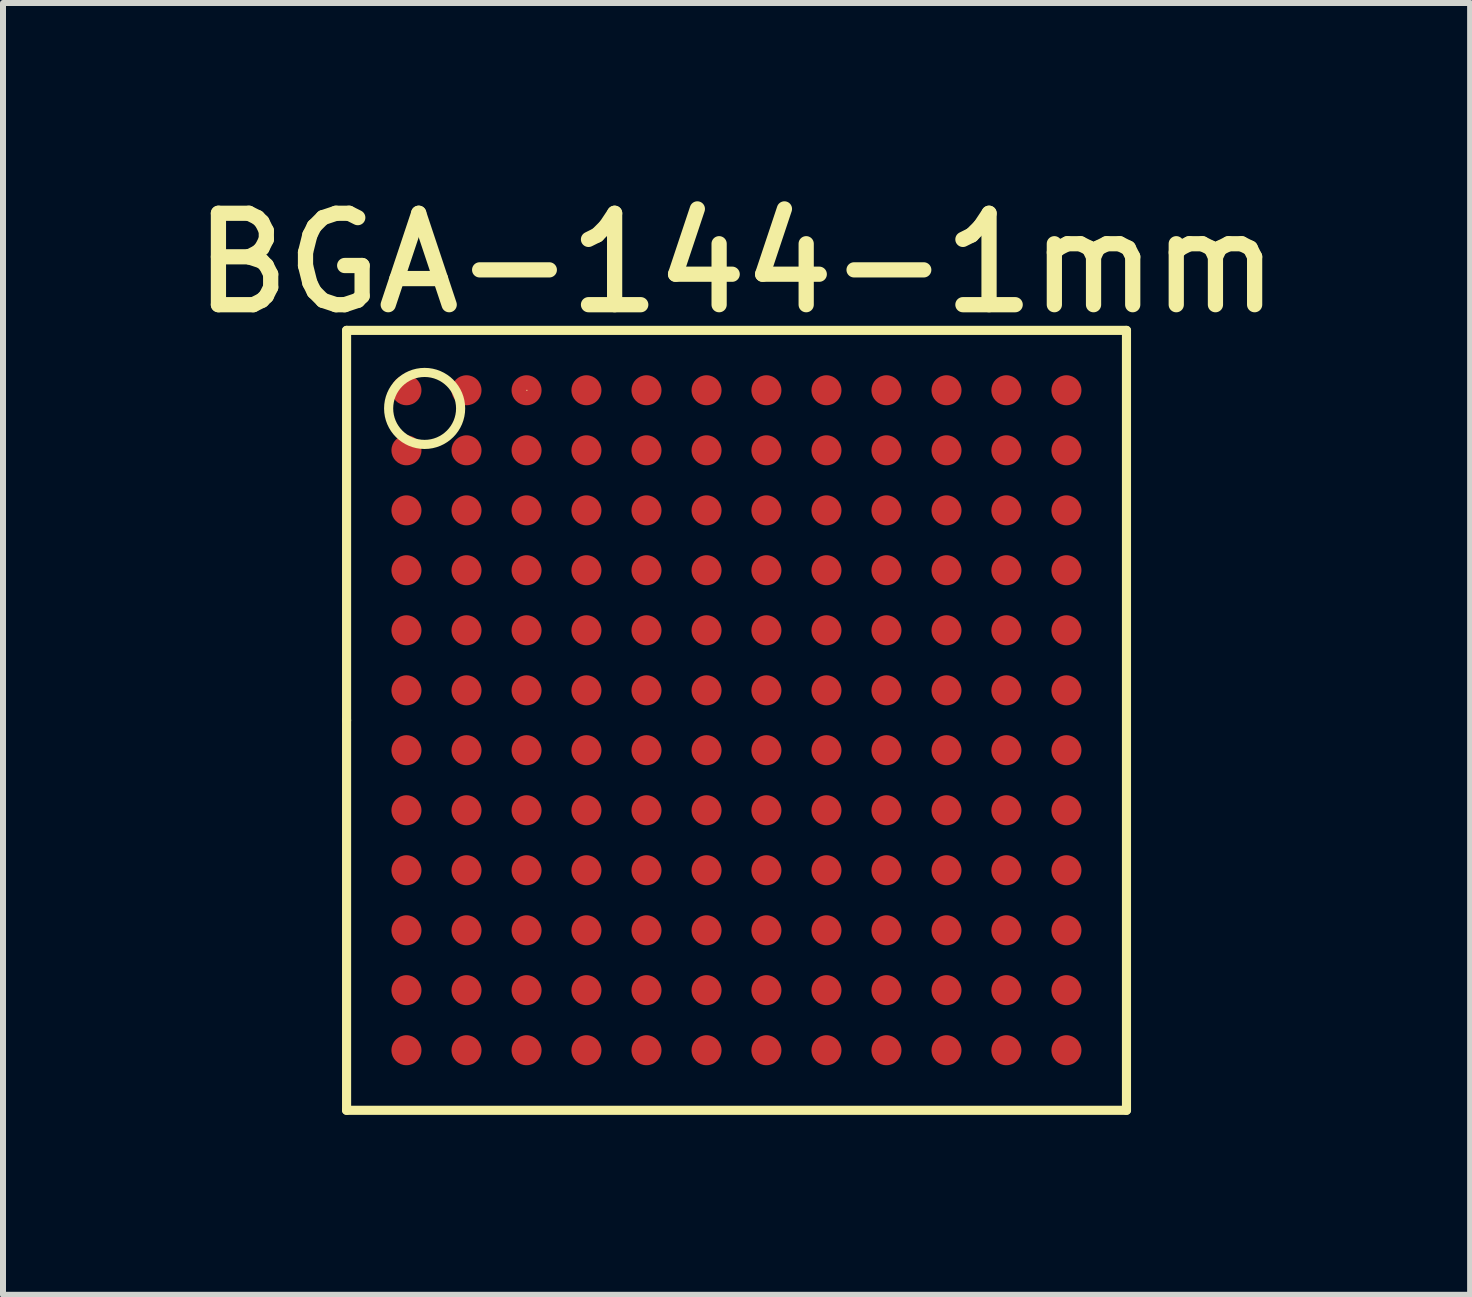
<source format=kicad_pcb>
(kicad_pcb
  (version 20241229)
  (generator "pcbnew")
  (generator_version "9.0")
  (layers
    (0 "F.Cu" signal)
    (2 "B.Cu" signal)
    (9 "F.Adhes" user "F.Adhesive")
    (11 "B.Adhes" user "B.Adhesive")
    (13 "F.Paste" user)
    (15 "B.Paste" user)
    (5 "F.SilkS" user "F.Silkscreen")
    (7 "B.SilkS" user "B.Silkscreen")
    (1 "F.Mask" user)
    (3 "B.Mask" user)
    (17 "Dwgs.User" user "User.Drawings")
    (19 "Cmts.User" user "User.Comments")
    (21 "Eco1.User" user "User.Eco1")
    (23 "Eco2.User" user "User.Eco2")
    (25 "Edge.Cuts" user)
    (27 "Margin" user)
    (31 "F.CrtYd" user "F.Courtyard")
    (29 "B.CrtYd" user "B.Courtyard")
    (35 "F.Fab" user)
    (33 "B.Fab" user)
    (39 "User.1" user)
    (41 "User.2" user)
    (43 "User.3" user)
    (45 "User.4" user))
  (footprint "BGA-144-1mm"
    (layer "F.Cu")
    (at 9.227 8.957)
    (property "Reference" "BGA-144-1mm" (at 0 -7.62 0) (layer "F.SilkS") (effects (font (size 1.524 1.524) (thickness 0.254))))
    (attr smd)
    (fp_line (start -6.5 -6.5) (end 6.5 -6.5) (stroke (width 0.152) (type solid)) (layer "F.SilkS"))
    (fp_line (start -6.5 0) (end -6.5 -6.5) (stroke (width 0.152) (type solid)) (layer "F.SilkS"))
    (fp_line (start -6.5 6.5) (end -6.5 0) (stroke (width 0.152) (type solid)) (layer "F.SilkS"))
    (fp_line (start -3.5 -5.502) (end -3.49 -5.502) (stroke (width 0.013) (type solid)) (layer "F.SilkS"))
    (fp_line (start 6.5 -6.5) (end 6.5 6.5) (stroke (width 0.152) (type solid)) (layer "F.SilkS"))
    (fp_line (start 6.5 6.5) (end -6.5 6.5) (stroke (width 0.152) (type solid)) (layer "F.SilkS"))
    (fp_circle (center -5.199 -5.199) (end -5.199 -5.799) (stroke (width 0.152) (type solid)) (fill no) (layer "F.SilkS"))
    (pad "A1" smd circle (at -5.502 -5.502) (size 0.5 0.5) (layers "F.Cu" "F.Mask" "F.Paste"))
    (pad "A2" smd circle (at -4.501 -5.502) (size 0.5 0.5) (layers "F.Cu" "F.Mask" "F.Paste"))
    (pad "A3" smd circle (at -3.5 -5.502) (size 0.5 0.5) (layers "F.Cu" "F.Mask" "F.Paste"))
    (pad "A4" smd circle (at -2.502 -5.502) (size 0.5 0.5) (layers "F.Cu" "F.Mask" "F.Paste"))
    (pad "A5" smd circle (at -1.501 -5.502) (size 0.5 0.5) (layers "F.Cu" "F.Mask" "F.Paste"))
    (pad "A6" smd circle (at -0.5 -5.502) (size 0.5 0.5) (layers "F.Cu" "F.Mask" "F.Paste"))
    (pad "A7" smd circle (at 0.498 -5.502) (size 0.5 0.5) (layers "F.Cu" "F.Mask" "F.Paste"))
    (pad "A8" smd circle (at 1.499 -5.502) (size 0.5 0.5) (layers "F.Cu" "F.Mask" "F.Paste"))
    (pad "A9" smd circle (at 2.499 -5.502) (size 0.5 0.5) (layers "F.Cu" "F.Mask" "F.Paste"))
    (pad "A10" smd circle (at 3.5 -5.502) (size 0.5 0.5) (layers "F.Cu" "F.Mask" "F.Paste"))
    (pad "A11" smd circle (at 4.498 -5.502) (size 0.5 0.5) (layers "F.Cu" "F.Mask" "F.Paste"))
    (pad "A12" smd circle (at 5.499 -5.502) (size 0.5 0.5) (layers "F.Cu" "F.Mask" "F.Paste"))
    (pad "B1" smd circle (at -5.502 -4.501) (size 0.5 0.5) (layers "F.Cu" "F.Mask" "F.Paste"))
    (pad "B2" smd circle (at -4.501 -4.501) (size 0.5 0.5) (layers "F.Cu" "F.Mask" "F.Paste"))
    (pad "B3" smd circle (at -3.5 -4.501) (size 0.5 0.5) (layers "F.Cu" "F.Mask" "F.Paste"))
    (pad "B4" smd circle (at -2.502 -4.501) (size 0.5 0.5) (layers "F.Cu" "F.Mask" "F.Paste"))
    (pad "B5" smd circle (at -1.501 -4.501) (size 0.5 0.5) (layers "F.Cu" "F.Mask" "F.Paste"))
    (pad "B6" smd circle (at -0.5 -4.501) (size 0.5 0.5) (layers "F.Cu" "F.Mask" "F.Paste"))
    (pad "B7" smd circle (at 0.498 -4.501) (size 0.5 0.5) (layers "F.Cu" "F.Mask" "F.Paste"))
    (pad "B8" smd circle (at 1.499 -4.501) (size 0.5 0.5) (layers "F.Cu" "F.Mask" "F.Paste"))
    (pad "B9" smd circle (at 2.499 -4.501) (size 0.5 0.5) (layers "F.Cu" "F.Mask" "F.Paste"))
    (pad "B10" smd circle (at 3.5 -4.501) (size 0.5 0.5) (layers "F.Cu" "F.Mask" "F.Paste"))
    (pad "B11" smd circle (at 4.498 -4.501) (size 0.5 0.5) (layers "F.Cu" "F.Mask" "F.Paste"))
    (pad "B12" smd circle (at 5.499 -4.501) (size 0.5 0.5) (layers "F.Cu" "F.Mask" "F.Paste"))
    (pad "C1" smd circle (at -5.502 -3.5) (size 0.5 0.5) (layers "F.Cu" "F.Mask" "F.Paste"))
    (pad "C2" smd circle (at -4.501 -3.5) (size 0.5 0.5) (layers "F.Cu" "F.Mask" "F.Paste"))
    (pad "C3" smd circle (at -3.5 -3.5) (size 0.5 0.5) (layers "F.Cu" "F.Mask" "F.Paste"))
    (pad "C4" smd circle (at -2.502 -3.5) (size 0.5 0.5) (layers "F.Cu" "F.Mask" "F.Paste"))
    (pad "C5" smd circle (at -1.501 -3.5) (size 0.5 0.5) (layers "F.Cu" "F.Mask" "F.Paste"))
    (pad "C6" smd circle (at -0.5 -3.5) (size 0.5 0.5) (layers "F.Cu" "F.Mask" "F.Paste"))
    (pad "C7" smd circle (at 0.498 -3.5) (size 0.5 0.5) (layers "F.Cu" "F.Mask" "F.Paste"))
    (pad "C8" smd circle (at 1.499 -3.5) (size 0.5 0.5) (layers "F.Cu" "F.Mask" "F.Paste"))
    (pad "C9" smd circle (at 2.499 -3.5) (size 0.5 0.5) (layers "F.Cu" "F.Mask" "F.Paste"))
    (pad "C10" smd circle (at 3.5 -3.5) (size 0.5 0.5) (layers "F.Cu" "F.Mask" "F.Paste"))
    (pad "C11" smd circle (at 4.498 -3.5) (size 0.5 0.5) (layers "F.Cu" "F.Mask" "F.Paste"))
    (pad "C12" smd circle (at 5.499 -3.5) (size 0.5 0.5) (layers "F.Cu" "F.Mask" "F.Paste"))
    (pad "D1" smd circle (at -5.502 -2.502) (size 0.5 0.5) (layers "F.Cu" "F.Mask" "F.Paste"))
    (pad "D2" smd circle (at -4.501 -2.502) (size 0.5 0.5) (layers "F.Cu" "F.Mask" "F.Paste"))
    (pad "D3" smd circle (at -3.5 -2.502) (size 0.5 0.5) (layers "F.Cu" "F.Mask" "F.Paste"))
    (pad "D4" smd circle (at -2.502 -2.502) (size 0.5 0.5) (layers "F.Cu" "F.Mask" "F.Paste"))
    (pad "D5" smd circle (at -1.501 -2.502) (size 0.5 0.5) (layers "F.Cu" "F.Mask" "F.Paste"))
    (pad "D6" smd circle (at -0.5 -2.502) (size 0.5 0.5) (layers "F.Cu" "F.Mask" "F.Paste"))
    (pad "D7" smd circle (at 0.498 -2.502) (size 0.5 0.5) (layers "F.Cu" "F.Mask" "F.Paste"))
    (pad "D8" smd circle (at 1.499 -2.502) (size 0.5 0.5) (layers "F.Cu" "F.Mask" "F.Paste"))
    (pad "D9" smd circle (at 2.499 -2.502) (size 0.5 0.5) (layers "F.Cu" "F.Mask" "F.Paste"))
    (pad "D10" smd circle (at 3.5 -2.502) (size 0.5 0.5) (layers "F.Cu" "F.Mask" "F.Paste"))
    (pad "D11" smd circle (at 4.498 -2.502) (size 0.5 0.5) (layers "F.Cu" "F.Mask" "F.Paste"))
    (pad "D12" smd circle (at 5.499 -2.502) (size 0.5 0.5) (layers "F.Cu" "F.Mask" "F.Paste"))
    (pad "E1" smd circle (at -5.502 -1.501) (size 0.5 0.5) (layers "F.Cu" "F.Mask" "F.Paste"))
    (pad "E2" smd circle (at -4.501 -1.501) (size 0.5 0.5) (layers "F.Cu" "F.Mask" "F.Paste"))
    (pad "E3" smd circle (at -3.5 -1.501) (size 0.5 0.5) (layers "F.Cu" "F.Mask" "F.Paste"))
    (pad "E4" smd circle (at -2.502 -1.501) (size 0.5 0.5) (layers "F.Cu" "F.Mask" "F.Paste"))
    (pad "E5" smd circle (at -1.501 -1.501) (size 0.5 0.5) (layers "F.Cu" "F.Mask" "F.Paste"))
    (pad "E6" smd circle (at -0.5 -1.501) (size 0.5 0.5) (layers "F.Cu" "F.Mask" "F.Paste"))
    (pad "E7" smd circle (at 0.498 -1.501) (size 0.5 0.5) (layers "F.Cu" "F.Mask" "F.Paste"))
    (pad "E8" smd circle (at 1.499 -1.501) (size 0.5 0.5) (layers "F.Cu" "F.Mask" "F.Paste"))
    (pad "E9" smd circle (at 2.499 -1.501) (size 0.5 0.5) (layers "F.Cu" "F.Mask" "F.Paste"))
    (pad "E10" smd circle (at 3.5 -1.501) (size 0.5 0.5) (layers "F.Cu" "F.Mask" "F.Paste"))
    (pad "E11" smd circle (at 4.498 -1.501) (size 0.5 0.5) (layers "F.Cu" "F.Mask" "F.Paste"))
    (pad "E12" smd circle (at 5.499 -1.501) (size 0.5 0.5) (layers "F.Cu" "F.Mask" "F.Paste"))
    (pad "F1" smd circle (at -5.502 -0.5) (size 0.5 0.5) (layers "F.Cu" "F.Mask" "F.Paste"))
    (pad "F2" smd circle (at -4.501 -0.5) (size 0.5 0.5) (layers "F.Cu" "F.Mask" "F.Paste"))
    (pad "F3" smd circle (at -3.5 -0.5) (size 0.5 0.5) (layers "F.Cu" "F.Mask" "F.Paste"))
    (pad "F4" smd circle (at -2.502 -0.5) (size 0.5 0.5) (layers "F.Cu" "F.Mask" "F.Paste"))
    (pad "F5" smd circle (at -1.501 -0.5) (size 0.5 0.5) (layers "F.Cu" "F.Mask" "F.Paste"))
    (pad "F6" smd circle (at -0.5 -0.5) (size 0.5 0.5) (layers "F.Cu" "F.Mask" "F.Paste"))
    (pad "F7" smd circle (at 0.498 -0.5) (size 0.5 0.5) (layers "F.Cu" "F.Mask" "F.Paste"))
    (pad "F8" smd circle (at 1.499 -0.5) (size 0.5 0.5) (layers "F.Cu" "F.Mask" "F.Paste"))
    (pad "F9" smd circle (at 2.499 -0.5) (size 0.5 0.5) (layers "F.Cu" "F.Mask" "F.Paste"))
    (pad "F10" smd circle (at 3.5 -0.5) (size 0.5 0.5) (layers "F.Cu" "F.Mask" "F.Paste"))
    (pad "F11" smd circle (at 4.498 -0.5) (size 0.5 0.5) (layers "F.Cu" "F.Mask" "F.Paste"))
    (pad "F12" smd circle (at 5.499 -0.5) (size 0.5 0.5) (layers "F.Cu" "F.Mask" "F.Paste"))
    (pad "G1" smd circle (at -5.502 0.498) (size 0.5 0.5) (layers "F.Cu" "F.Mask" "F.Paste"))
    (pad "G2" smd circle (at -4.501 0.498) (size 0.5 0.5) (layers "F.Cu" "F.Mask" "F.Paste"))
    (pad "G3" smd circle (at -3.5 0.498) (size 0.5 0.5) (layers "F.Cu" "F.Mask" "F.Paste"))
    (pad "G4" smd circle (at -2.502 0.498) (size 0.5 0.5) (layers "F.Cu" "F.Mask" "F.Paste"))
    (pad "G5" smd circle (at -1.501 0.498) (size 0.5 0.5) (layers "F.Cu" "F.Mask" "F.Paste"))
    (pad "G6" smd circle (at -0.5 0.498) (size 0.5 0.5) (layers "F.Cu" "F.Mask" "F.Paste"))
    (pad "G7" smd circle (at 0.498 0.498) (size 0.5 0.5) (layers "F.Cu" "F.Mask" "F.Paste"))
    (pad "G8" smd circle (at 1.499 0.498) (size 0.5 0.5) (layers "F.Cu" "F.Mask" "F.Paste"))
    (pad "G9" smd circle (at 2.499 0.498) (size 0.5 0.5) (layers "F.Cu" "F.Mask" "F.Paste"))
    (pad "G10" smd circle (at 3.5 0.498) (size 0.5 0.5) (layers "F.Cu" "F.Mask" "F.Paste"))
    (pad "G11" smd circle (at 4.498 0.498) (size 0.5 0.5) (layers "F.Cu" "F.Mask" "F.Paste"))
    (pad "G12" smd circle (at 5.499 0.498) (size 0.5 0.5) (layers "F.Cu" "F.Mask" "F.Paste"))
    (pad "H1" smd circle (at -5.502 1.499) (size 0.5 0.5) (layers "F.Cu" "F.Mask" "F.Paste"))
    (pad "H2" smd circle (at -4.501 1.499) (size 0.5 0.5) (layers "F.Cu" "F.Mask" "F.Paste"))
    (pad "H3" smd circle (at -3.5 1.499) (size 0.5 0.5) (layers "F.Cu" "F.Mask" "F.Paste"))
    (pad "H4" smd circle (at -2.502 1.499) (size 0.5 0.5) (layers "F.Cu" "F.Mask" "F.Paste"))
    (pad "H5" smd circle (at -1.501 1.499) (size 0.5 0.5) (layers "F.Cu" "F.Mask" "F.Paste"))
    (pad "H6" smd circle (at -0.5 1.499) (size 0.5 0.5) (layers "F.Cu" "F.Mask" "F.Paste"))
    (pad "H7" smd circle (at 0.498 1.499) (size 0.5 0.5) (layers "F.Cu" "F.Mask" "F.Paste"))
    (pad "H8" smd circle (at 1.499 1.499) (size 0.5 0.5) (layers "F.Cu" "F.Mask" "F.Paste"))
    (pad "H9" smd circle (at 2.499 1.499) (size 0.5 0.5) (layers "F.Cu" "F.Mask" "F.Paste"))
    (pad "H10" smd circle (at 3.5 1.499) (size 0.5 0.5) (layers "F.Cu" "F.Mask" "F.Paste"))
    (pad "H11" smd circle (at 4.498 1.499) (size 0.5 0.5) (layers "F.Cu" "F.Mask" "F.Paste"))
    (pad "H12" smd circle (at 5.499 1.499) (size 0.5 0.5) (layers "F.Cu" "F.Mask" "F.Paste"))
    (pad "J1" smd circle (at -5.502 2.499) (size 0.5 0.5) (layers "F.Cu" "F.Mask" "F.Paste"))
    (pad "J2" smd circle (at -4.501 2.499) (size 0.5 0.5) (layers "F.Cu" "F.Mask" "F.Paste"))
    (pad "J3" smd circle (at -3.5 2.499) (size 0.5 0.5) (layers "F.Cu" "F.Mask" "F.Paste"))
    (pad "J4" smd circle (at -2.502 2.499) (size 0.5 0.5) (layers "F.Cu" "F.Mask" "F.Paste"))
    (pad "J5" smd circle (at -1.501 2.499) (size 0.5 0.5) (layers "F.Cu" "F.Mask" "F.Paste"))
    (pad "J6" smd circle (at -0.5 2.499) (size 0.5 0.5) (layers "F.Cu" "F.Mask" "F.Paste"))
    (pad "J7" smd circle (at 0.498 2.499) (size 0.5 0.5) (layers "F.Cu" "F.Mask" "F.Paste"))
    (pad "J8" smd circle (at 1.499 2.499) (size 0.5 0.5) (layers "F.Cu" "F.Mask" "F.Paste"))
    (pad "J9" smd circle (at 2.499 2.499) (size 0.5 0.5) (layers "F.Cu" "F.Mask" "F.Paste"))
    (pad "J10" smd circle (at 3.5 2.499) (size 0.5 0.5) (layers "F.Cu" "F.Mask" "F.Paste"))
    (pad "J11" smd circle (at 4.498 2.499) (size 0.5 0.5) (layers "F.Cu" "F.Mask" "F.Paste"))
    (pad "J12" smd circle (at 5.499 2.499) (size 0.5 0.5) (layers "F.Cu" "F.Mask" "F.Paste"))
    (pad "K1" smd circle (at -5.502 3.5) (size 0.5 0.5) (layers "F.Cu" "F.Mask" "F.Paste"))
    (pad "K2" smd circle (at -4.501 3.5) (size 0.5 0.5) (layers "F.Cu" "F.Mask" "F.Paste"))
    (pad "K3" smd circle (at -3.5 3.5) (size 0.5 0.5) (layers "F.Cu" "F.Mask" "F.Paste"))
    (pad "K4" smd circle (at -2.502 3.5) (size 0.5 0.5) (layers "F.Cu" "F.Mask" "F.Paste"))
    (pad "K5" smd circle (at -1.501 3.5) (size 0.5 0.5) (layers "F.Cu" "F.Mask" "F.Paste"))
    (pad "K6" smd circle (at -0.5 3.5) (size 0.5 0.5) (layers "F.Cu" "F.Mask" "F.Paste"))
    (pad "K7" smd circle (at 0.498 3.5) (size 0.5 0.5) (layers "F.Cu" "F.Mask" "F.Paste"))
    (pad "K8" smd circle (at 1.499 3.5) (size 0.5 0.5) (layers "F.Cu" "F.Mask" "F.Paste"))
    (pad "K9" smd circle (at 2.499 3.5) (size 0.5 0.5) (layers "F.Cu" "F.Mask" "F.Paste"))
    (pad "K10" smd circle (at 3.5 3.5) (size 0.5 0.5) (layers "F.Cu" "F.Mask" "F.Paste"))
    (pad "K11" smd circle (at 4.498 3.5) (size 0.5 0.5) (layers "F.Cu" "F.Mask" "F.Paste"))
    (pad "K12" smd circle (at 5.499 3.5) (size 0.5 0.5) (layers "F.Cu" "F.Mask" "F.Paste"))
    (pad "L1" smd circle (at -5.502 4.498) (size 0.5 0.5) (layers "F.Cu" "F.Mask" "F.Paste"))
    (pad "L2" smd circle (at -4.501 4.498) (size 0.5 0.5) (layers "F.Cu" "F.Mask" "F.Paste"))
    (pad "L3" smd circle (at -3.5 4.498) (size 0.5 0.5) (layers "F.Cu" "F.Mask" "F.Paste"))
    (pad "L4" smd circle (at -2.502 4.498) (size 0.5 0.5) (layers "F.Cu" "F.Mask" "F.Paste"))
    (pad "L5" smd circle (at -1.501 4.498) (size 0.5 0.5) (layers "F.Cu" "F.Mask" "F.Paste"))
    (pad "L6" smd circle (at -0.5 4.498) (size 0.5 0.5) (layers "F.Cu" "F.Mask" "F.Paste"))
    (pad "L7" smd circle (at 0.498 4.498) (size 0.5 0.5) (layers "F.Cu" "F.Mask" "F.Paste"))
    (pad "L8" smd circle (at 1.499 4.498) (size 0.5 0.5) (layers "F.Cu" "F.Mask" "F.Paste"))
    (pad "L9" smd circle (at 2.499 4.498) (size 0.5 0.5) (layers "F.Cu" "F.Mask" "F.Paste"))
    (pad "L10" smd circle (at 3.5 4.498) (size 0.5 0.5) (layers "F.Cu" "F.Mask" "F.Paste"))
    (pad "L11" smd circle (at 4.498 4.498) (size 0.5 0.5) (layers "F.Cu" "F.Mask" "F.Paste"))
    (pad "L12" smd circle (at 5.499 4.498) (size 0.5 0.5) (layers "F.Cu" "F.Mask" "F.Paste"))
    (pad "M1" smd circle (at -5.502 5.499) (size 0.5 0.5) (layers "F.Cu" "F.Mask" "F.Paste"))
    (pad "M2" smd circle (at -4.501 5.499) (size 0.5 0.5) (layers "F.Cu" "F.Mask" "F.Paste"))
    (pad "M3" smd circle (at -3.5 5.499) (size 0.5 0.5) (layers "F.Cu" "F.Mask" "F.Paste"))
    (pad "M4" smd circle (at -2.502 5.499) (size 0.5 0.5) (layers "F.Cu" "F.Mask" "F.Paste"))
    (pad "M5" smd circle (at -1.501 5.499) (size 0.5 0.5) (layers "F.Cu" "F.Mask" "F.Paste"))
    (pad "M6" smd circle (at -0.5 5.499) (size 0.5 0.5) (layers "F.Cu" "F.Mask" "F.Paste"))
    (pad "M7" smd circle (at 0.498 5.499) (size 0.5 0.5) (layers "F.Cu" "F.Mask" "F.Paste"))
    (pad "M8" smd circle (at 1.499 5.499) (size 0.5 0.5) (layers "F.Cu" "F.Mask" "F.Paste"))
    (pad "M9" smd circle (at 2.499 5.499) (size 0.5 0.5) (layers "F.Cu" "F.Mask" "F.Paste"))
    (pad "M10" smd circle (at 3.5 5.499) (size 0.5 0.5) (layers "F.Cu" "F.Mask" "F.Paste"))
    (pad "M11" smd circle (at 4.498 5.499) (size 0.5 0.5) (layers "F.Cu" "F.Mask" "F.Paste"))
    (pad "M12" smd circle (at 5.499 5.499) (size 0.5 0.5) (layers "F.Cu" "F.Mask" "F.Paste")))
  (gr_rect
    (start -3 -3)
    (end 21.455 18.533)
    (stroke (width 0.1) (type default))
    (fill no)
    (layer "Edge.Cuts")))
</source>
